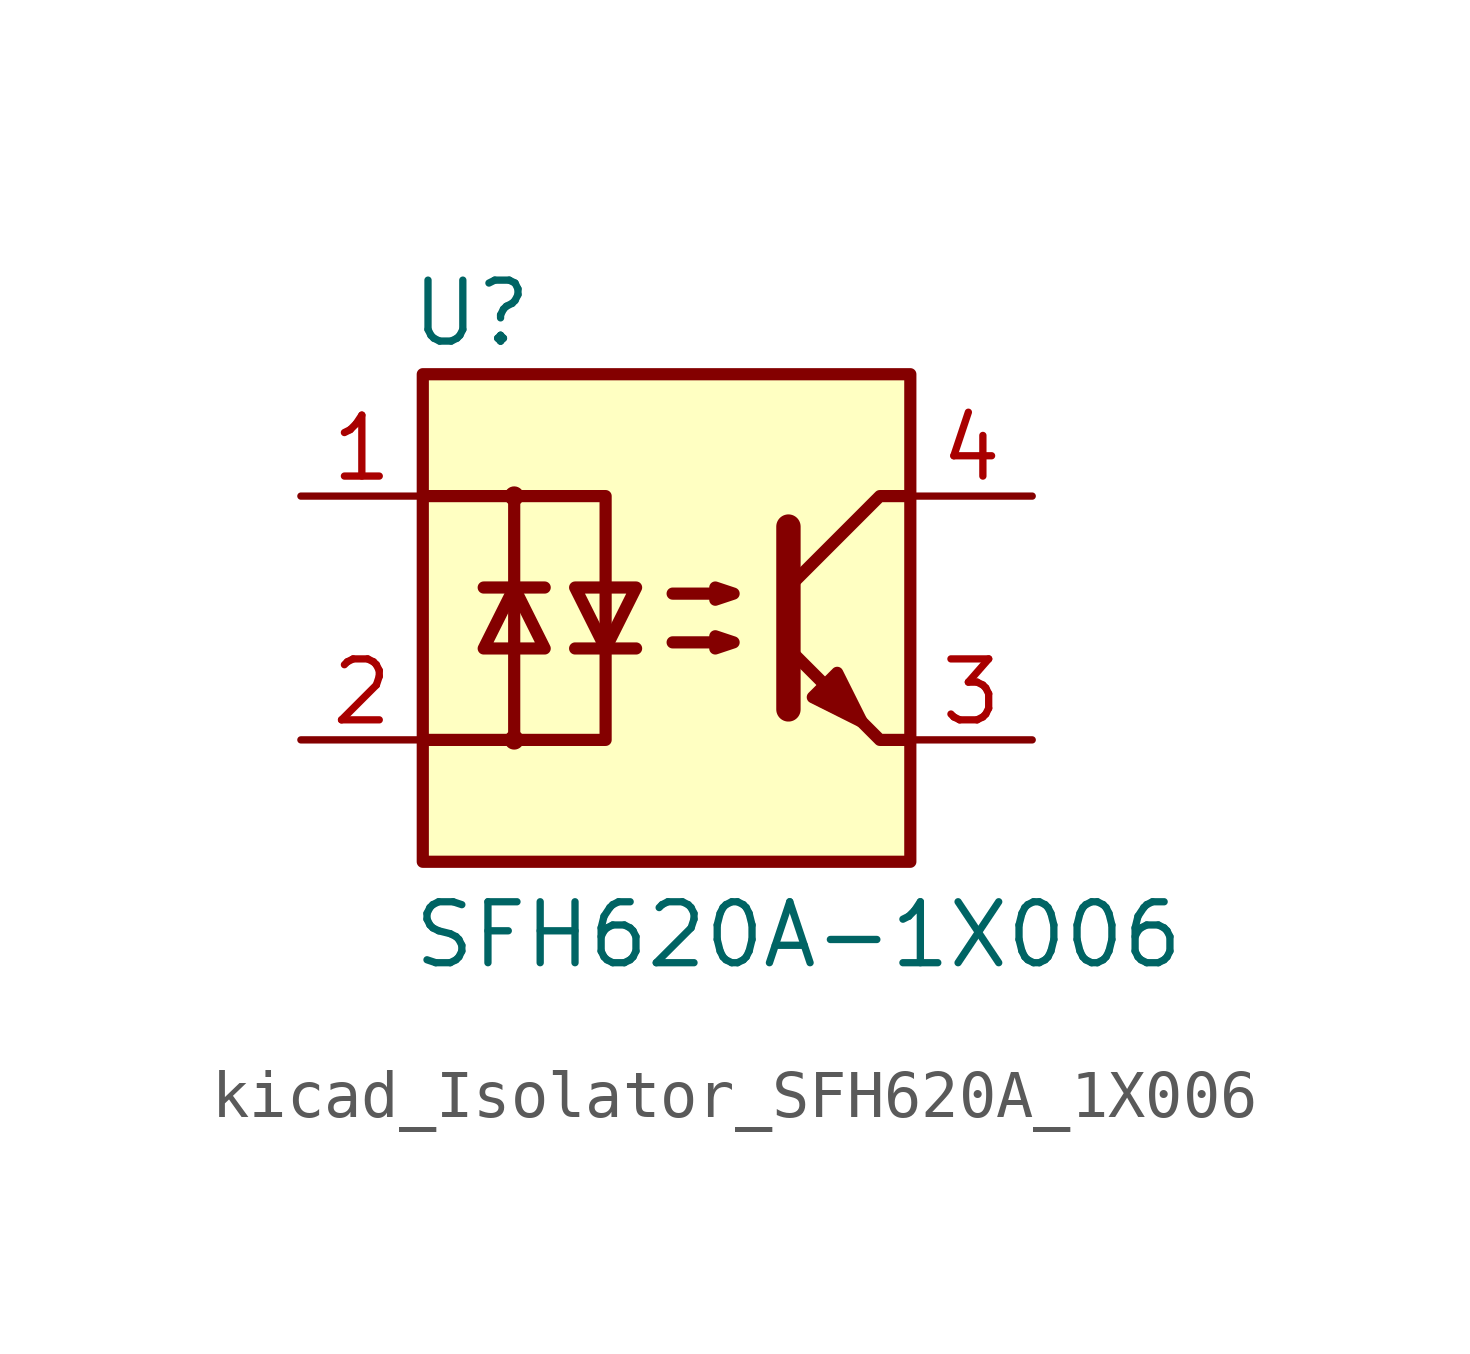
<source format=kicad_sym>
(kicad_symbol_lib
  (version 20220914)
  (generator kicad_symbol_editor)
  (symbol "kicad_Isolator_SFH620A_1X006"
    (pin_names
      (offset 1.016))
    (property "Reference" "U"
      (at -4.064 6.35 0)
      (effects (font (size 1.27 1.27))))
    (property "Value" "SFH620A-1X006"
      (at -5.334 -6.604 0)
      (effects (font (size 1.27 1.27)) (justify left)))
    (symbol "kicad_Isolator_SFH620A_1X006_1_1"
      (rectangle (start -5.08 5.08) (end 5.08 -5.08) (stroke (width 0.254) (type default)) (fill (type background)))
      (circle (center -3.175 -2.54) (radius 0.127) (stroke (width 0) (type default)) (fill (type none)))
      (circle (center -3.175 2.54) (radius 0.127) (stroke (width 0) (type default)) (fill (type none)))
      (polyline (pts (xy -3.81 0.635) (xy -2.54 0.635)) (stroke (width 0.254) (type default)) (fill (type none)))
      (polyline (pts (xy -1.905 -0.635) (xy -0.635 -0.635)) (stroke (width 0.254) (type default)) (fill (type none)))
      (polyline (pts (xy 2.54 1.905) (xy 2.54 -1.905) (xy 2.54 -1.905)) (stroke (width 0.508) (type default)) (fill (type none)))
      (polyline (pts (xy 5.08 -2.54) (xy 4.445 -2.54) (xy 2.54 -0.635)) (stroke (width 0.254) (type default)) (fill (type none)))
      (polyline (pts (xy 5.08 2.54) (xy 4.445 2.54) (xy 2.54 0.635)) (stroke (width 0.254) (type default)) (fill (type none)))
      (polyline (pts (xy -5.08 2.54) (xy -3.175 2.54) (xy -3.175 -2.54) (xy -5.08 -2.54)) (stroke (width 0.254) (type default)) (fill (type none)))
      (polyline (pts (xy -3.175 -2.54) (xy -1.27 -2.54) (xy -1.27 2.54) (xy -3.175 2.54)) (stroke (width 0.254) (type default)) (fill (type none)))
      (polyline (pts (xy -3.175 0.635) (xy -3.81 -0.635) (xy -2.54 -0.635) (xy -3.175 0.635)) (stroke (width 0.254) (type default)) (fill (type none)))
      (polyline (pts (xy -1.27 -0.635) (xy -1.905 0.635) (xy -0.635 0.635) (xy -1.27 -0.635)) (stroke (width 0.254) (type default)) (fill (type none)))
      (polyline (pts (xy 0.127 -0.508) (xy 1.397 -0.508) (xy 1.016 -0.635) (xy 1.016 -0.381) (xy 1.397 -0.508)) (stroke (width 0.254) (type default)) (fill (type none)))
      (polyline (pts (xy 0.127 0.508) (xy 1.397 0.508) (xy 1.016 0.381) (xy 1.016 0.635) (xy 1.397 0.508)) (stroke (width 0.254) (type default)) (fill (type none)))
      (polyline (pts (xy 3.048 -1.651) (xy 3.556 -1.143) (xy 4.064 -2.159) (xy 3.048 -1.651) (xy 3.048 -1.651)) (stroke (width 0.254) (type default)) (fill (type outline)))
      (pin passive line (at -7.62 2.54 0) (length 2.54) (name "~" (effects (font (size 1.27 1.27)))) (number "1" (effects (font (size 1.27 1.27)))))
      (pin passive line (at -7.62 -2.54 0) (length 2.54) (name "~" (effects (font (size 1.27 1.27)))) (number "2" (effects (font (size 1.27 1.27)))))
      (pin passive line (at 7.62 -2.54 180) (length 2.54) (name "~" (effects (font (size 1.27 1.27)))) (number "3" (effects (font (size 1.27 1.27)))))
      (pin passive line (at 7.62 2.54 180) (length 2.54) (name "~" (effects (font (size 1.27 1.27)))) (number "4" (effects (font (size 1.27 1.27))))))))
</source>
